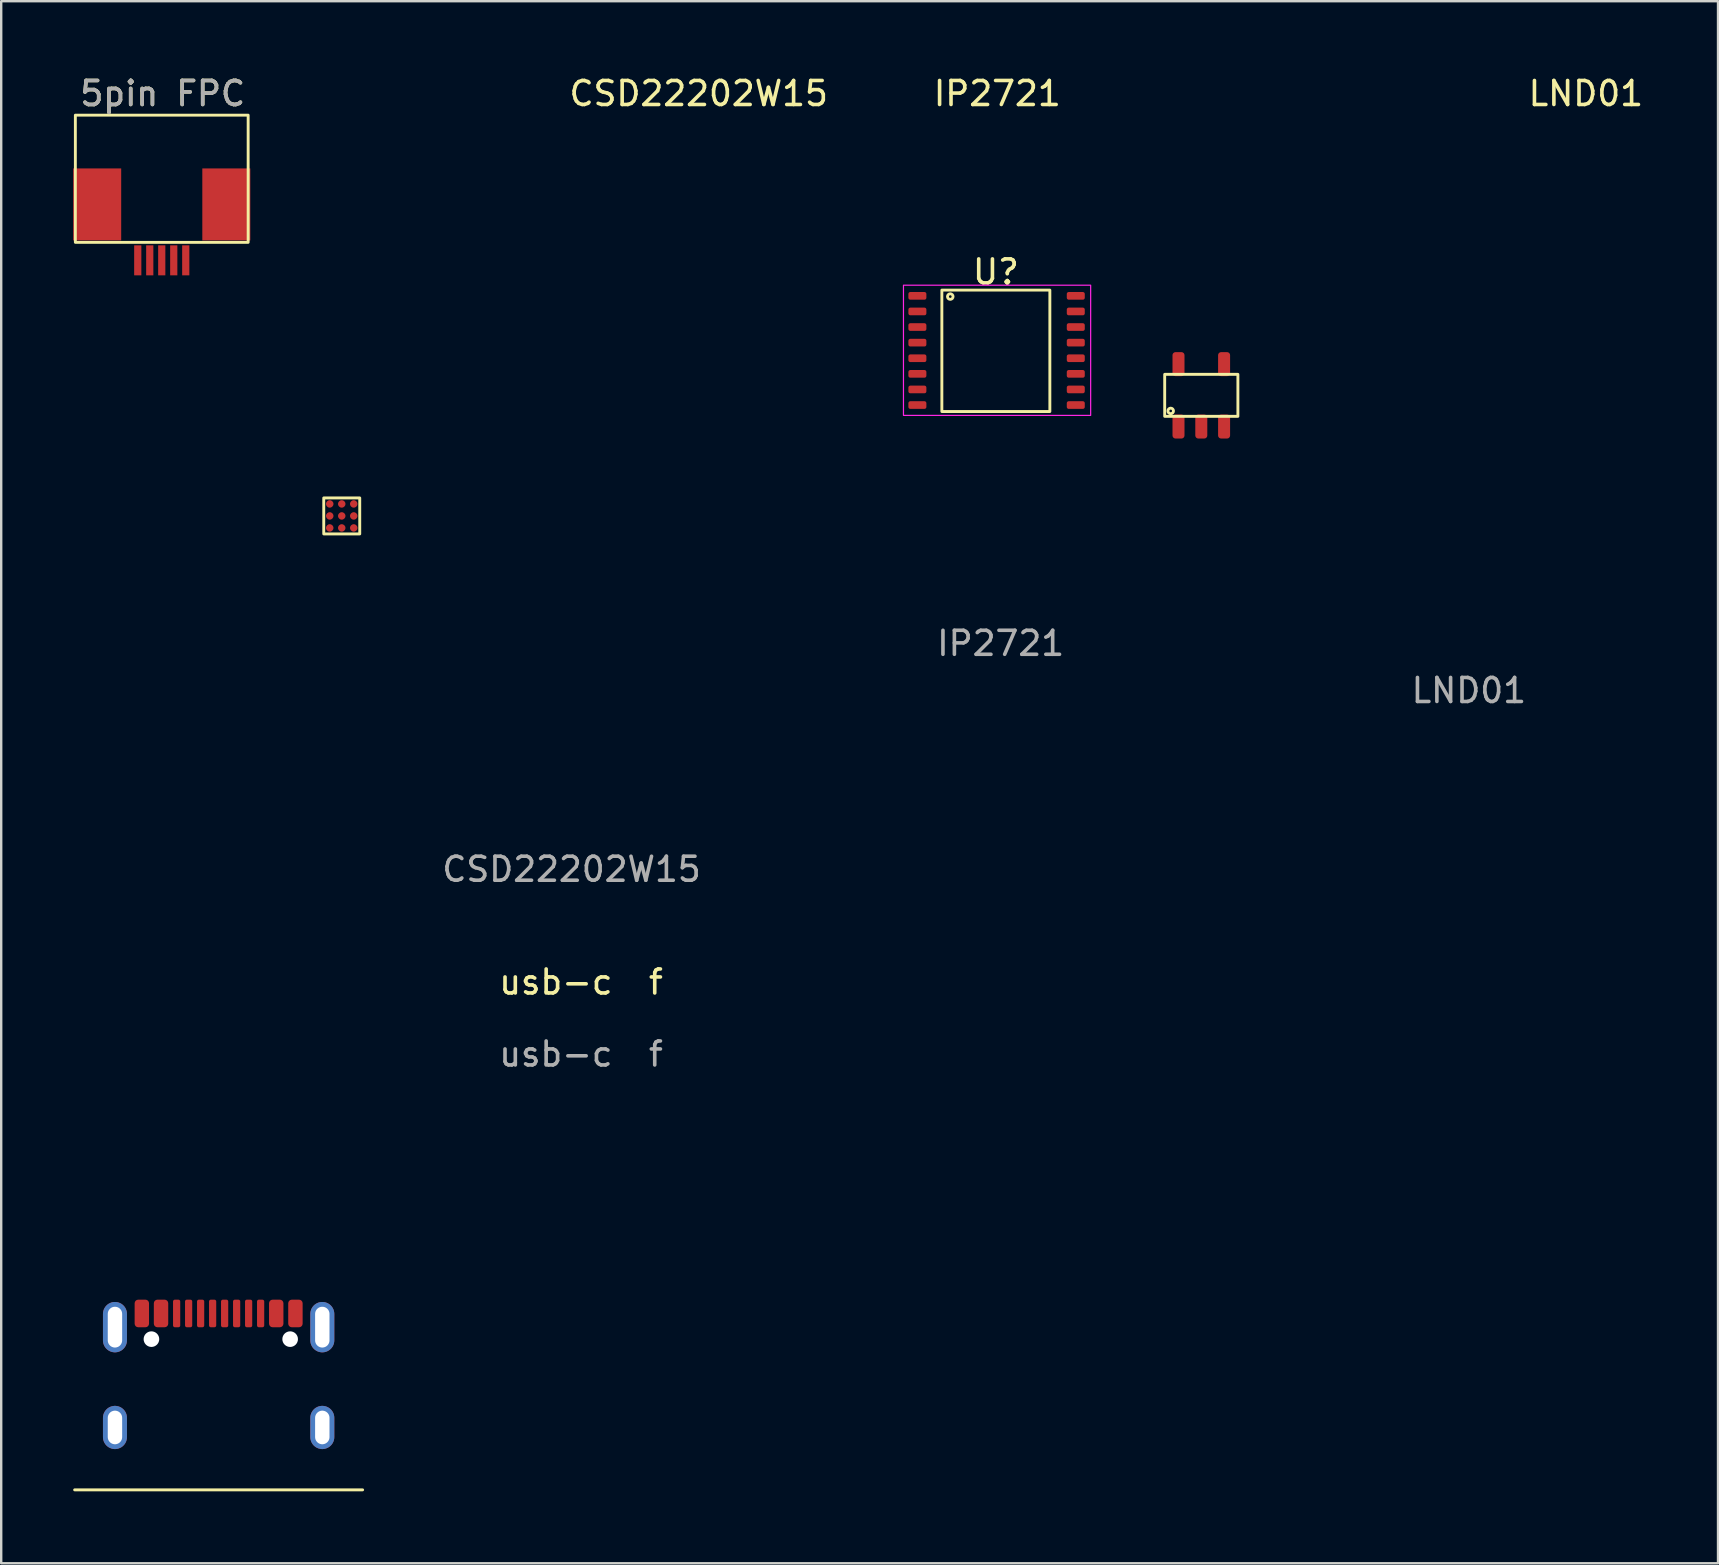
<source format=kicad_pcb>
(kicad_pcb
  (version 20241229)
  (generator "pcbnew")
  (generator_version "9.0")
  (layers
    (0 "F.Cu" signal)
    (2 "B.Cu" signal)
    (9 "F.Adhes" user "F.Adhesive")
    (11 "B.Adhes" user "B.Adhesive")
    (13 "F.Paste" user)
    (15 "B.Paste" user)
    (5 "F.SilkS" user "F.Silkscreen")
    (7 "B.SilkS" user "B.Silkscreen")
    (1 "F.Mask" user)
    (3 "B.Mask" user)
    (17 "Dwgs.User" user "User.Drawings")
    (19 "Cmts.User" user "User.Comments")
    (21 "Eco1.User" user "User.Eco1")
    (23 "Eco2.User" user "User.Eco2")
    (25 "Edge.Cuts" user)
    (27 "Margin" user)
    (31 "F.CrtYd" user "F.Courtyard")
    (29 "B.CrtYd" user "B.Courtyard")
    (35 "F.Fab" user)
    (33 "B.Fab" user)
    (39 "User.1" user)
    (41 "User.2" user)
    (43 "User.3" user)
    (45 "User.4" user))
  (footprint "IP2721"
    (layer "F.Cu")
    (at 38.446 11.558)
    (property "Reference" "IP2721" (at 0.06 -10.71 0) (unlocked yes) (layer "F.SilkS") (effects (font (size 1 1) (thickness 0.15))))
    (attr smd)
    (fp_rect (start -2.25 -2.52) (end 2.25 2.54) (stroke (width 0.12) (type solid)) (fill no) (layer "F.SilkS"))
    (fp_circle (center -1.9 -2.25) (end -1.875 -2.2) (stroke (width 0.12) (type solid)) (fill no) (layer "F.SilkS"))
    (fp_rect (start 3.95 -2.725) (end -3.85 2.7) (stroke (width 0.05) (type solid)) (fill no) (layer "F.CrtYd"))
    (fp_text user "U?" (at 0 -3.275 0) (unlocked yes) (layer "F.SilkS") (effects (font (size 1 1) (thickness 0.15))))
    (fp_text user "${REFERENCE}" (at 0.2 12.2 0) (unlocked yes) (layer "F.Fab") (effects (font (size 1 1) (thickness 0.15))))
    (pad "1" smd roundrect (at -3.27 -2.28) (size 0.75 0.32) (layers "F.Cu" "F.Mask" "F.Paste") (roundrect_rratio 0.25))
    (pad "2" smd roundrect (at -3.27 -1.63) (size 0.75 0.32) (layers "F.Cu" "F.Mask" "F.Paste") (roundrect_rratio 0.25))
    (pad "3" smd roundrect (at -3.27 -0.98) (size 0.75 0.32) (layers "F.Cu" "F.Mask" "F.Paste") (roundrect_rratio 0.25))
    (pad "4" smd roundrect (at -3.27 -0.33) (size 0.75 0.32) (layers "F.Cu" "F.Mask" "F.Paste") (roundrect_rratio 0.25))
    (pad "5" smd roundrect (at -3.27 0.32) (size 0.75 0.32) (layers "F.Cu" "F.Mask" "F.Paste") (roundrect_rratio 0.25))
    (pad "6" smd roundrect (at -3.27 0.97) (size 0.75 0.32) (layers "F.Cu" "F.Mask" "F.Paste") (roundrect_rratio 0.25))
    (pad "7" smd roundrect (at -3.27 1.62) (size 0.75 0.32) (layers "F.Cu" "F.Mask" "F.Paste") (roundrect_rratio 0.25))
    (pad "8" smd roundrect (at -3.27 2.27) (size 0.75 0.32) (layers "F.Cu" "F.Mask" "F.Paste") (roundrect_rratio 0.25))
    (pad "9" smd roundrect (at 3.33 2.27) (size 0.75 0.32) (layers "F.Cu" "F.Mask" "F.Paste") (roundrect_rratio 0.25))
    (pad "10" smd roundrect (at 3.33 1.62) (size 0.75 0.32) (layers "F.Cu" "F.Mask" "F.Paste") (roundrect_rratio 0.25))
    (pad "11" smd roundrect (at 3.33 0.97) (size 0.75 0.32) (layers "F.Cu" "F.Mask" "F.Paste") (roundrect_rratio 0.25))
    (pad "12" smd roundrect (at 3.33 0.32) (size 0.75 0.32) (layers "F.Cu" "F.Mask" "F.Paste") (roundrect_rratio 0.25))
    (pad "13" smd roundrect (at 3.33 -0.33) (size 0.75 0.32) (layers "F.Cu" "F.Mask" "F.Paste") (roundrect_rratio 0.25))
    (pad "14" smd roundrect (at 3.33 -0.98) (size 0.75 0.32) (layers "F.Cu" "F.Mask" "F.Paste") (roundrect_rratio 0.25))
    (pad "15" smd roundrect (at 3.33 -1.63) (size 0.75 0.32) (layers "F.Cu" "F.Mask" "F.Paste") (roundrect_rratio 0.25))
    (pad "16" smd roundrect (at 3.33 -2.28) (size 0.75 0.32) (layers "F.Cu" "F.Mask" "F.Paste") (roundrect_rratio 0.25)))
  (footprint "5pin FPC"
    (layer "F.Cu")
    (at 3.69 4.398)
    (property "Reference" "5pin FPC" (at 0.04 -3.55 0) (unlocked yes) (layer "F.SilkS") (effects (font (size 1 1) (thickness 0.15))))
    (attr smd)
    (fp_rect (start -3.6 -2.65) (end 3.6 2.65) (stroke (width 0.12) (type solid)) (fill no) (layer "F.SilkS"))
    (fp_text user "${REFERENCE}" (at 0.04 -3.55 0) (unlocked yes) (layer "F.Fab") (effects (font (size 1 1) (thickness 0.15))))
    (pad "1" smd rect (at -2.69 1.07) (size 2 3) (layers "F.Cu" "F.Mask" "F.Paste"))
    (pad "2" smd rect (at 2.69 1.07) (size 2 3) (layers "F.Cu" "F.Mask" "F.Paste"))
    (pad "3" smd rect (at -1 3.4) (size 0.3 1.25) (layers "F.Cu" "F.Mask" "F.Paste"))
    (pad "4" smd rect (at -0.5 3.4) (size 0.3 1.25) (layers "F.Cu" "F.Mask" "F.Paste"))
    (pad "5" smd rect (at 0 3.4) (size 0.3 1.25) (layers "F.Cu" "F.Mask" "F.Paste"))
    (pad "6" smd rect (at 0.5 3.4) (size 0.3 1.25) (layers "F.Cu" "F.Mask" "F.Paste"))
    (pad "7" smd rect (at 1 3.4) (size 0.3 1.25) (layers "F.Cu" "F.Mask" "F.Paste")))
  (footprint "CSD22202W15"
    (layer "F.Cu")
    (at 11.19 18.448)
    (property "Reference" "CSD22202W15" (at 14.875 -17.6 0) (unlocked yes) (layer "F.SilkS") (effects (font (size 1 1) (thickness 0.15))))
    (attr smd)
    (fp_rect (start -0.75 -0.75) (end 0.75 0.75) (stroke (width 0.12) (type solid)) (fill no) (layer "F.SilkS"))
    (fp_text user "${REFERENCE}" (at 9.575 14.725 0) (unlocked yes) (layer "F.Fab") (effects (font (size 1 1) (thickness 0.15))))
    (pad "A1" smd circle (at -0.5 -0.5) (size 0.31 0.31) (layers "F.Cu" "F.Mask" "F.Paste"))
    (pad "A2" smd circle (at 0 -0.5) (size 0.31 0.31) (layers "F.Cu" "F.Mask" "F.Paste"))
    (pad "A3" smd circle (at 0.5 -0.5) (size 0.31 0.31) (layers "F.Cu" "F.Mask" "F.Paste"))
    (pad "B1" smd circle (at -0.5 0) (size 0.31 0.31) (layers "F.Cu" "F.Mask" "F.Paste"))
    (pad "B2" smd circle (at 0 0) (size 0.31 0.31) (layers "F.Cu" "F.Mask" "F.Paste"))
    (pad "B3" smd circle (at 0.5 0) (size 0.31 0.31) (layers "F.Cu" "F.Mask" "F.Paste"))
    (pad "C1" smd circle (at -0.5 0.5) (size 0.31 0.31) (layers "F.Cu" "F.Mask" "F.Paste"))
    (pad "C2" smd circle (at 0 0.5) (size 0.31 0.31) (layers "F.Cu" "F.Mask" "F.Paste"))
    (pad "C3" smd circle (at 0.5 0.5) (size 0.31 0.31) (layers "F.Cu" "F.Mask" "F.Paste")))
  (footprint "usb-c  f"
    (layer "F.Cu")
    (at 6.06 55.07)
    (property "Reference" "usb-c  f" (at 15.1 -17.2 0) (unlocked yes) (layer "F.SilkS") (effects (font (size 1 1) (thickness 0.15))))
    (attr smd)
    (fp_line (start 6 3.96) (end -6 3.96) (stroke (width 0.12) (type solid)) (layer "F.SilkS"))
    (fp_text user "${REFERENCE}" (at 15.1 -14.2 0) (unlocked yes) (layer "F.Fab") (effects (font (size 1 1) (thickness 0.15))))
    (pad "" np_thru_hole circle (at -2.8 -2.32) (size 0.65 0.65) (drill 0.65) (layers "*.Cu" "*.Mask"))
    (pad "" np_thru_hole circle (at 2.98 -2.32) (size 0.65 0.65) (drill 0.65) (layers "*.Cu" "*.Mask"))
    (pad "1" smd roundrect (at -3.2 -3.39) (size 0.6 1.15) (layers "F.Cu" "F.Mask" "F.Paste") (roundrect_rratio 0.25))
    (pad "2" smd roundrect (at -2.4 -3.39) (size 0.6 1.15) (layers "F.Cu" "F.Mask" "F.Paste") (roundrect_rratio 0.25))
    (pad "3" smd roundrect (at 2.4 -3.39) (size 0.6 1.15) (layers "F.Cu" "F.Mask" "F.Paste") (roundrect_rratio 0.25))
    (pad "4" smd roundrect (at 3.2 -3.39) (size 0.6 1.15) (layers "F.Cu" "F.Mask" "F.Paste") (roundrect_rratio 0.25))
    (pad "5" smd roundrect (at -1.75 -3.39) (size 0.3 1.15) (layers "F.Cu" "F.Mask" "F.Paste") (roundrect_rratio 0.25))
    (pad "6" smd roundrect (at -1.25 -3.39) (size 0.3 1.15) (layers "F.Cu" "F.Mask" "F.Paste") (roundrect_rratio 0.25))
    (pad "7" smd roundrect (at -0.75 -3.39) (size 0.3 1.15) (layers "F.Cu" "F.Mask" "F.Paste") (roundrect_rratio 0.25))
    (pad "8" smd roundrect (at -0.25 -3.39) (size 0.3 1.15) (layers "F.Cu" "F.Mask" "F.Paste") (roundrect_rratio 0.25))
    (pad "9" smd roundrect (at 0.25 -3.39) (size 0.3 1.15) (layers "F.Cu" "F.Mask" "F.Paste") (roundrect_rratio 0.25))
    (pad "10" smd roundrect (at 0.75 -3.39) (size 0.3 1.15) (layers "F.Cu" "F.Mask" "F.Paste") (roundrect_rratio 0.25))
    (pad "11" smd roundrect (at 1.25 -3.39) (size 0.3 1.15) (layers "F.Cu" "F.Mask" "F.Paste") (roundrect_rratio 0.25))
    (pad "12" smd roundrect (at 1.75 -3.39) (size 0.3 1.15) (layers "F.Cu" "F.Mask" "F.Paste") (roundrect_rratio 0.25))
    (pad "13" thru_hole oval (at -4.32 -2.82) (size 1 2.1) (drill oval 0.6 1.7) (layers "*.Cu" "*.Mask"))
    (pad "13" thru_hole oval (at -4.32 1.36) (size 1 1.8) (drill oval 0.6 1.4) (layers "*.Cu" "*.Mask"))
    (pad "13" thru_hole oval (at 4.32 -2.82) (size 1 2.1) (drill oval 0.6 1.7) (layers "*.Cu" "*.Mask"))
    (pad "13" thru_hole oval (at 4.32 1.36) (size 1 1.8) (drill oval 0.6 1.4) (layers "*.Cu" "*.Mask")))
  (footprint "LND01"
    (layer "F.Cu")
    (at 47.006 13.423)
    (property "Reference" "LND01" (at 16.025 -12.575 0) (unlocked yes) (layer "F.SilkS") (effects (font (size 1 1) (thickness 0.15))))
    (attr smd)
    (fp_rect (start -1.525 -0.875) (end 1.525 0.875) (stroke (width 0.12) (type solid)) (fill no) (layer "F.SilkS"))
    (fp_circle (center -1.275 0.65) (end -1.3 0.6) (stroke (width 0.12) (type solid)) (fill no) (layer "F.SilkS"))
    (fp_text user "${REFERENCE}" (at 11.15 12.3 0) (unlocked yes) (layer "F.Fab") (effects (font (size 1 1) (thickness 0.15))))
    (pad "1" smd roundrect (at -0.95 1.3) (size 0.5 1) (layers "F.Cu" "F.Mask" "F.Paste") (roundrect_rratio 0.25))
    (pad "2" smd roundrect (at 0 1.3) (size 0.5 1) (layers "F.Cu" "F.Mask" "F.Paste") (roundrect_rratio 0.25))
    (pad "3" smd roundrect (at 0.95 1.3) (size 0.5 1) (layers "F.Cu" "F.Mask" "F.Paste") (roundrect_rratio 0.25))
    (pad "4" smd roundrect (at 0.95 -1.3) (size 0.5 1) (layers "F.Cu" "F.Mask" "F.Paste") (roundrect_rratio 0.25))
    (pad "5" smd roundrect (at -0.95 -1.3) (size 0.5 1) (layers "F.Cu" "F.Mask" "F.Paste") (roundrect_rratio 0.25)))
  (gr_rect
    (start -3 -3)
    (end 68.537 62.09)
    (stroke (width 0.1) (type default))
    (fill no)
    (layer "Edge.Cuts")))
</source>
